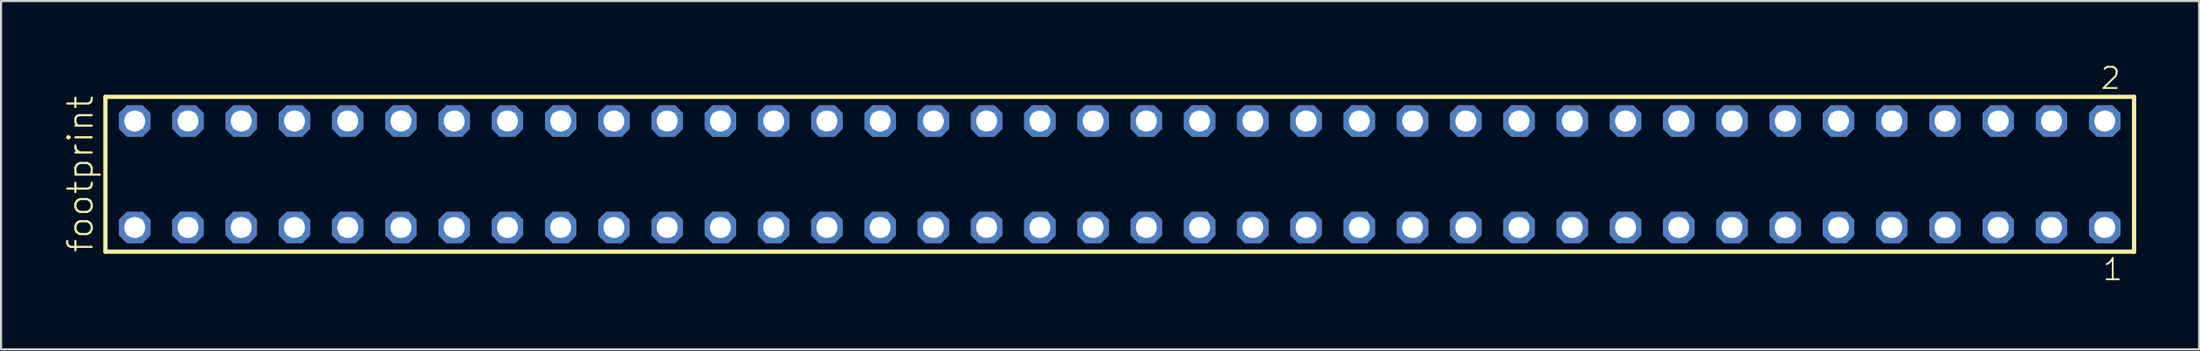
<source format=kicad_pcb>
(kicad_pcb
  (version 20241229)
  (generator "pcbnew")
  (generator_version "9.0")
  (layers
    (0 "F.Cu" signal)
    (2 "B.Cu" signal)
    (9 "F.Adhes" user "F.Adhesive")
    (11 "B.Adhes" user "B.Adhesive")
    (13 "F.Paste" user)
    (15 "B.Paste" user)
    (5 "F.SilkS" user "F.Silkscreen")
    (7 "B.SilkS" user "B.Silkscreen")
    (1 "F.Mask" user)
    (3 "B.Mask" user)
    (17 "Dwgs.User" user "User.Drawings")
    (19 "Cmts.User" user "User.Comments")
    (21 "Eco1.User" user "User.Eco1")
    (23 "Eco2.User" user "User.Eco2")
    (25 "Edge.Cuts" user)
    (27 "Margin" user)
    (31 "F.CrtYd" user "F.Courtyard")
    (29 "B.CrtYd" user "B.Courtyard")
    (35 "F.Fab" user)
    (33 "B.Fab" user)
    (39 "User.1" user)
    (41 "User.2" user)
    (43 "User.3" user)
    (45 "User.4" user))
  (footprint "footprint"
    (layer "F.Cu")
    (at 50.368 5.265)
    (property "Reference" "footprint" (at -48.895 3.81 90) (layer "F.SilkS") (effects (font (size 1.168 1.168) (thickness 0.102)) (justify left bottom)))
    (fp_line (start -48.389 -3.695) (end 48.389 -3.695) (stroke (width 0.203) (type solid)) (layer "F.SilkS"))
    (fp_line (start -48.389 3.695) (end -48.389 -3.695) (stroke (width 0.203) (type solid)) (layer "F.SilkS"))
    (fp_line (start 48.389 -3.695) (end 48.389 3.695) (stroke (width 0.203) (type solid)) (layer "F.SilkS"))
    (fp_line (start 48.389 3.695) (end -48.389 3.695) (stroke (width 0.203) (type solid)) (layer "F.SilkS"))
    (fp_poly (pts (xy -47.34 -2.19) (xy -46.64 -2.19) (xy -46.64 -2.89) (xy -47.34 -2.89)) (stroke (width 0.1) (type solid)) (fill no) (layer "F.Fab"))
    (fp_poly (pts (xy -47.34 2.89) (xy -46.64 2.89) (xy -46.64 2.19) (xy -47.34 2.19)) (stroke (width 0.1) (type solid)) (fill no) (layer "F.Fab"))
    (fp_poly (pts (xy -44.8 -2.19) (xy -44.1 -2.19) (xy -44.1 -2.89) (xy -44.8 -2.89)) (stroke (width 0.1) (type solid)) (fill no) (layer "F.Fab"))
    (fp_poly (pts (xy -44.8 2.89) (xy -44.1 2.89) (xy -44.1 2.19) (xy -44.8 2.19)) (stroke (width 0.1) (type solid)) (fill no) (layer "F.Fab"))
    (fp_poly (pts (xy -42.26 -2.19) (xy -41.56 -2.19) (xy -41.56 -2.89) (xy -42.26 -2.89)) (stroke (width 0.1) (type solid)) (fill no) (layer "F.Fab"))
    (fp_poly (pts (xy -42.26 2.89) (xy -41.56 2.89) (xy -41.56 2.19) (xy -42.26 2.19)) (stroke (width 0.1) (type solid)) (fill no) (layer "F.Fab"))
    (fp_poly (pts (xy -39.72 -2.19) (xy -39.02 -2.19) (xy -39.02 -2.89) (xy -39.72 -2.89)) (stroke (width 0.1) (type solid)) (fill no) (layer "F.Fab"))
    (fp_poly (pts (xy -39.72 2.89) (xy -39.02 2.89) (xy -39.02 2.19) (xy -39.72 2.19)) (stroke (width 0.1) (type solid)) (fill no) (layer "F.Fab"))
    (fp_poly (pts (xy -37.18 -2.19) (xy -36.48 -2.19) (xy -36.48 -2.89) (xy -37.18 -2.89)) (stroke (width 0.1) (type solid)) (fill no) (layer "F.Fab"))
    (fp_poly (pts (xy -37.18 2.89) (xy -36.48 2.89) (xy -36.48 2.19) (xy -37.18 2.19)) (stroke (width 0.1) (type solid)) (fill no) (layer "F.Fab"))
    (fp_poly (pts (xy -34.64 -2.19) (xy -33.94 -2.19) (xy -33.94 -2.89) (xy -34.64 -2.89)) (stroke (width 0.1) (type solid)) (fill no) (layer "F.Fab"))
    (fp_poly (pts (xy -34.64 2.89) (xy -33.94 2.89) (xy -33.94 2.19) (xy -34.64 2.19)) (stroke (width 0.1) (type solid)) (fill no) (layer "F.Fab"))
    (fp_poly (pts (xy -32.1 -2.19) (xy -31.4 -2.19) (xy -31.4 -2.89) (xy -32.1 -2.89)) (stroke (width 0.1) (type solid)) (fill no) (layer "F.Fab"))
    (fp_poly (pts (xy -32.1 2.89) (xy -31.4 2.89) (xy -31.4 2.19) (xy -32.1 2.19)) (stroke (width 0.1) (type solid)) (fill no) (layer "F.Fab"))
    (fp_poly (pts (xy -29.56 -2.19) (xy -28.86 -2.19) (xy -28.86 -2.89) (xy -29.56 -2.89)) (stroke (width 0.1) (type solid)) (fill no) (layer "F.Fab"))
    (fp_poly (pts (xy -29.56 2.89) (xy -28.86 2.89) (xy -28.86 2.19) (xy -29.56 2.19)) (stroke (width 0.1) (type solid)) (fill no) (layer "F.Fab"))
    (fp_poly (pts (xy -27.02 -2.19) (xy -26.32 -2.19) (xy -26.32 -2.89) (xy -27.02 -2.89)) (stroke (width 0.1) (type solid)) (fill no) (layer "F.Fab"))
    (fp_poly (pts (xy -27.02 2.89) (xy -26.32 2.89) (xy -26.32 2.19) (xy -27.02 2.19)) (stroke (width 0.1) (type solid)) (fill no) (layer "F.Fab"))
    (fp_poly (pts (xy -24.48 -2.19) (xy -23.78 -2.19) (xy -23.78 -2.89) (xy -24.48 -2.89)) (stroke (width 0.1) (type solid)) (fill no) (layer "F.Fab"))
    (fp_poly (pts (xy -24.48 2.89) (xy -23.78 2.89) (xy -23.78 2.19) (xy -24.48 2.19)) (stroke (width 0.1) (type solid)) (fill no) (layer "F.Fab"))
    (fp_poly (pts (xy -21.94 -2.19) (xy -21.24 -2.19) (xy -21.24 -2.89) (xy -21.94 -2.89)) (stroke (width 0.1) (type solid)) (fill no) (layer "F.Fab"))
    (fp_poly (pts (xy -21.94 2.89) (xy -21.24 2.89) (xy -21.24 2.19) (xy -21.94 2.19)) (stroke (width 0.1) (type solid)) (fill no) (layer "F.Fab"))
    (fp_poly (pts (xy -19.4 -2.19) (xy -18.7 -2.19) (xy -18.7 -2.89) (xy -19.4 -2.89)) (stroke (width 0.1) (type solid)) (fill no) (layer "F.Fab"))
    (fp_poly (pts (xy -19.4 2.89) (xy -18.7 2.89) (xy -18.7 2.19) (xy -19.4 2.19)) (stroke (width 0.1) (type solid)) (fill no) (layer "F.Fab"))
    (fp_poly (pts (xy -16.86 -2.19) (xy -16.16 -2.19) (xy -16.16 -2.89) (xy -16.86 -2.89)) (stroke (width 0.1) (type solid)) (fill no) (layer "F.Fab"))
    (fp_poly (pts (xy -16.86 2.89) (xy -16.16 2.89) (xy -16.16 2.19) (xy -16.86 2.19)) (stroke (width 0.1) (type solid)) (fill no) (layer "F.Fab"))
    (fp_poly (pts (xy -14.32 -2.19) (xy -13.62 -2.19) (xy -13.62 -2.89) (xy -14.32 -2.89)) (stroke (width 0.1) (type solid)) (fill no) (layer "F.Fab"))
    (fp_poly (pts (xy -14.32 2.89) (xy -13.62 2.89) (xy -13.62 2.19) (xy -14.32 2.19)) (stroke (width 0.1) (type solid)) (fill no) (layer "F.Fab"))
    (fp_poly (pts (xy -11.78 -2.19) (xy -11.08 -2.19) (xy -11.08 -2.89) (xy -11.78 -2.89)) (stroke (width 0.1) (type solid)) (fill no) (layer "F.Fab"))
    (fp_poly (pts (xy -11.78 2.89) (xy -11.08 2.89) (xy -11.08 2.19) (xy -11.78 2.19)) (stroke (width 0.1) (type solid)) (fill no) (layer "F.Fab"))
    (fp_poly (pts (xy -9.24 -2.19) (xy -8.54 -2.19) (xy -8.54 -2.89) (xy -9.24 -2.89)) (stroke (width 0.1) (type solid)) (fill no) (layer "F.Fab"))
    (fp_poly (pts (xy -9.24 2.89) (xy -8.54 2.89) (xy -8.54 2.19) (xy -9.24 2.19)) (stroke (width 0.1) (type solid)) (fill no) (layer "F.Fab"))
    (fp_poly (pts (xy -6.7 -2.19) (xy -6 -2.19) (xy -6 -2.89) (xy -6.7 -2.89)) (stroke (width 0.1) (type solid)) (fill no) (layer "F.Fab"))
    (fp_poly (pts (xy -6.7 2.89) (xy -6 2.89) (xy -6 2.19) (xy -6.7 2.19)) (stroke (width 0.1) (type solid)) (fill no) (layer "F.Fab"))
    (fp_poly (pts (xy -4.16 -2.19) (xy -3.46 -2.19) (xy -3.46 -2.89) (xy -4.16 -2.89)) (stroke (width 0.1) (type solid)) (fill no) (layer "F.Fab"))
    (fp_poly (pts (xy -4.16 2.89) (xy -3.46 2.89) (xy -3.46 2.19) (xy -4.16 2.19)) (stroke (width 0.1) (type solid)) (fill no) (layer "F.Fab"))
    (fp_poly (pts (xy -1.62 -2.19) (xy -0.92 -2.19) (xy -0.92 -2.89) (xy -1.62 -2.89)) (stroke (width 0.1) (type solid)) (fill no) (layer "F.Fab"))
    (fp_poly (pts (xy -1.62 2.89) (xy -0.92 2.89) (xy -0.92 2.19) (xy -1.62 2.19)) (stroke (width 0.1) (type solid)) (fill no) (layer "F.Fab"))
    (fp_poly (pts (xy 0.92 -2.19) (xy 1.62 -2.19) (xy 1.62 -2.89) (xy 0.92 -2.89)) (stroke (width 0.1) (type solid)) (fill no) (layer "F.Fab"))
    (fp_poly (pts (xy 0.92 2.89) (xy 1.62 2.89) (xy 1.62 2.19) (xy 0.92 2.19)) (stroke (width 0.1) (type solid)) (fill no) (layer "F.Fab"))
    (fp_poly (pts (xy 3.46 -2.19) (xy 4.16 -2.19) (xy 4.16 -2.89) (xy 3.46 -2.89)) (stroke (width 0.1) (type solid)) (fill no) (layer "F.Fab"))
    (fp_poly (pts (xy 3.46 2.89) (xy 4.16 2.89) (xy 4.16 2.19) (xy 3.46 2.19)) (stroke (width 0.1) (type solid)) (fill no) (layer "F.Fab"))
    (fp_poly (pts (xy 6 -2.19) (xy 6.7 -2.19) (xy 6.7 -2.89) (xy 6 -2.89)) (stroke (width 0.1) (type solid)) (fill no) (layer "F.Fab"))
    (fp_poly (pts (xy 6 2.89) (xy 6.7 2.89) (xy 6.7 2.19) (xy 6 2.19)) (stroke (width 0.1) (type solid)) (fill no) (layer "F.Fab"))
    (fp_poly (pts (xy 8.54 -2.19) (xy 9.24 -2.19) (xy 9.24 -2.89) (xy 8.54 -2.89)) (stroke (width 0.1) (type solid)) (fill no) (layer "F.Fab"))
    (fp_poly (pts (xy 8.54 2.89) (xy 9.24 2.89) (xy 9.24 2.19) (xy 8.54 2.19)) (stroke (width 0.1) (type solid)) (fill no) (layer "F.Fab"))
    (fp_poly (pts (xy 11.08 -2.19) (xy 11.78 -2.19) (xy 11.78 -2.89) (xy 11.08 -2.89)) (stroke (width 0.1) (type solid)) (fill no) (layer "F.Fab"))
    (fp_poly (pts (xy 11.08 2.89) (xy 11.78 2.89) (xy 11.78 2.19) (xy 11.08 2.19)) (stroke (width 0.1) (type solid)) (fill no) (layer "F.Fab"))
    (fp_poly (pts (xy 13.62 -2.19) (xy 14.32 -2.19) (xy 14.32 -2.89) (xy 13.62 -2.89)) (stroke (width 0.1) (type solid)) (fill no) (layer "F.Fab"))
    (fp_poly (pts (xy 13.62 2.89) (xy 14.32 2.89) (xy 14.32 2.19) (xy 13.62 2.19)) (stroke (width 0.1) (type solid)) (fill no) (layer "F.Fab"))
    (fp_poly (pts (xy 16.16 -2.19) (xy 16.86 -2.19) (xy 16.86 -2.89) (xy 16.16 -2.89)) (stroke (width 0.1) (type solid)) (fill no) (layer "F.Fab"))
    (fp_poly (pts (xy 16.16 2.89) (xy 16.86 2.89) (xy 16.86 2.19) (xy 16.16 2.19)) (stroke (width 0.1) (type solid)) (fill no) (layer "F.Fab"))
    (fp_poly (pts (xy 18.7 -2.19) (xy 19.4 -2.19) (xy 19.4 -2.89) (xy 18.7 -2.89)) (stroke (width 0.1) (type solid)) (fill no) (layer "F.Fab"))
    (fp_poly (pts (xy 18.7 2.89) (xy 19.4 2.89) (xy 19.4 2.19) (xy 18.7 2.19)) (stroke (width 0.1) (type solid)) (fill no) (layer "F.Fab"))
    (fp_poly (pts (xy 21.24 -2.19) (xy 21.94 -2.19) (xy 21.94 -2.89) (xy 21.24 -2.89)) (stroke (width 0.1) (type solid)) (fill no) (layer "F.Fab"))
    (fp_poly (pts (xy 21.24 2.89) (xy 21.94 2.89) (xy 21.94 2.19) (xy 21.24 2.19)) (stroke (width 0.1) (type solid)) (fill no) (layer "F.Fab"))
    (fp_poly (pts (xy 23.78 -2.19) (xy 24.48 -2.19) (xy 24.48 -2.89) (xy 23.78 -2.89)) (stroke (width 0.1) (type solid)) (fill no) (layer "F.Fab"))
    (fp_poly (pts (xy 23.78 2.89) (xy 24.48 2.89) (xy 24.48 2.19) (xy 23.78 2.19)) (stroke (width 0.1) (type solid)) (fill no) (layer "F.Fab"))
    (fp_poly (pts (xy 26.32 -2.19) (xy 27.02 -2.19) (xy 27.02 -2.89) (xy 26.32 -2.89)) (stroke (width 0.1) (type solid)) (fill no) (layer "F.Fab"))
    (fp_poly (pts (xy 26.32 2.89) (xy 27.02 2.89) (xy 27.02 2.19) (xy 26.32 2.19)) (stroke (width 0.1) (type solid)) (fill no) (layer "F.Fab"))
    (fp_poly (pts (xy 28.86 -2.19) (xy 29.56 -2.19) (xy 29.56 -2.89) (xy 28.86 -2.89)) (stroke (width 0.1) (type solid)) (fill no) (layer "F.Fab"))
    (fp_poly (pts (xy 28.86 2.89) (xy 29.56 2.89) (xy 29.56 2.19) (xy 28.86 2.19)) (stroke (width 0.1) (type solid)) (fill no) (layer "F.Fab"))
    (fp_poly (pts (xy 31.4 -2.19) (xy 32.1 -2.19) (xy 32.1 -2.89) (xy 31.4 -2.89)) (stroke (width 0.1) (type solid)) (fill no) (layer "F.Fab"))
    (fp_poly (pts (xy 31.4 2.89) (xy 32.1 2.89) (xy 32.1 2.19) (xy 31.4 2.19)) (stroke (width 0.1) (type solid)) (fill no) (layer "F.Fab"))
    (fp_poly (pts (xy 33.94 -2.19) (xy 34.64 -2.19) (xy 34.64 -2.89) (xy 33.94 -2.89)) (stroke (width 0.1) (type solid)) (fill no) (layer "F.Fab"))
    (fp_poly (pts (xy 33.94 2.89) (xy 34.64 2.89) (xy 34.64 2.19) (xy 33.94 2.19)) (stroke (width 0.1) (type solid)) (fill no) (layer "F.Fab"))
    (fp_poly (pts (xy 36.48 -2.19) (xy 37.18 -2.19) (xy 37.18 -2.89) (xy 36.48 -2.89)) (stroke (width 0.1) (type solid)) (fill no) (layer "F.Fab"))
    (fp_poly (pts (xy 36.48 2.89) (xy 37.18 2.89) (xy 37.18 2.19) (xy 36.48 2.19)) (stroke (width 0.1) (type solid)) (fill no) (layer "F.Fab"))
    (fp_poly (pts (xy 39.02 -2.19) (xy 39.72 -2.19) (xy 39.72 -2.89) (xy 39.02 -2.89)) (stroke (width 0.1) (type solid)) (fill no) (layer "F.Fab"))
    (fp_poly (pts (xy 39.02 2.89) (xy 39.72 2.89) (xy 39.72 2.19) (xy 39.02 2.19)) (stroke (width 0.1) (type solid)) (fill no) (layer "F.Fab"))
    (fp_poly (pts (xy 41.56 -2.19) (xy 42.26 -2.19) (xy 42.26 -2.89) (xy 41.56 -2.89)) (stroke (width 0.1) (type solid)) (fill no) (layer "F.Fab"))
    (fp_poly (pts (xy 41.56 2.89) (xy 42.26 2.89) (xy 42.26 2.19) (xy 41.56 2.19)) (stroke (width 0.1) (type solid)) (fill no) (layer "F.Fab"))
    (fp_poly (pts (xy 44.1 -2.19) (xy 44.8 -2.19) (xy 44.8 -2.89) (xy 44.1 -2.89)) (stroke (width 0.1) (type solid)) (fill no) (layer "F.Fab"))
    (fp_poly (pts (xy 44.1 2.89) (xy 44.8 2.89) (xy 44.8 2.19) (xy 44.1 2.19)) (stroke (width 0.1) (type solid)) (fill no) (layer "F.Fab"))
    (fp_poly (pts (xy 46.64 -2.19) (xy 47.34 -2.19) (xy 47.34 -2.89) (xy 46.64 -2.89)) (stroke (width 0.1) (type solid)) (fill no) (layer "F.Fab"))
    (fp_poly (pts (xy 46.64 2.89) (xy 47.34 2.89) (xy 47.34 2.19) (xy 46.64 2.19)) (stroke (width 0.1) (type solid)) (fill no) (layer "F.Fab"))
    (fp_text user "2" (at 46.732 -3.989 0) (layer "F.SilkS") (effects (font (size 1.012 1.012) (thickness 0.088)) (justify left bottom)))
    (fp_text user "1" (at 46.832 5.138 0) (layer "F.SilkS") (effects (font (size 1.012 1.012) (thickness 0.088)) (justify left bottom)))
    (pad "1" thru_hole roundrect (at 46.99 2.54 180) (size 1.5 1.5) (drill 1) (layers "*.Cu" "*.Mask") (roundrect_rratio 0.25) (chamfer_ratio 0.25) (chamfer top_left top_right bottom_left bottom_right))
    (pad "2" thru_hole roundrect (at 46.99 -2.54 180) (size 1.5 1.5) (drill 1) (layers "*.Cu" "*.Mask") (roundrect_rratio 0.25) (chamfer_ratio 0.25) (chamfer top_left top_right bottom_left bottom_right))
    (pad "3" thru_hole roundrect (at 44.45 2.54 180) (size 1.5 1.5) (drill 1) (layers "*.Cu" "*.Mask") (roundrect_rratio 0.25) (chamfer_ratio 0.25) (chamfer top_left top_right bottom_left bottom_right))
    (pad "4" thru_hole roundrect (at 44.45 -2.54 180) (size 1.5 1.5) (drill 1) (layers "*.Cu" "*.Mask") (roundrect_rratio 0.25) (chamfer_ratio 0.25) (chamfer top_left top_right bottom_left bottom_right))
    (pad "5" thru_hole roundrect (at 41.91 2.54 180) (size 1.5 1.5) (drill 1) (layers "*.Cu" "*.Mask") (roundrect_rratio 0.25) (chamfer_ratio 0.25) (chamfer top_left top_right bottom_left bottom_right))
    (pad "6" thru_hole roundrect (at 41.91 -2.54 180) (size 1.5 1.5) (drill 1) (layers "*.Cu" "*.Mask") (roundrect_rratio 0.25) (chamfer_ratio 0.25) (chamfer top_left top_right bottom_left bottom_right))
    (pad "7" thru_hole roundrect (at 39.37 2.54 180) (size 1.5 1.5) (drill 1) (layers "*.Cu" "*.Mask") (roundrect_rratio 0.25) (chamfer_ratio 0.25) (chamfer top_left top_right bottom_left bottom_right))
    (pad "8" thru_hole roundrect (at 39.37 -2.54 180) (size 1.5 1.5) (drill 1) (layers "*.Cu" "*.Mask") (roundrect_rratio 0.25) (chamfer_ratio 0.25) (chamfer top_left top_right bottom_left bottom_right))
    (pad "9" thru_hole roundrect (at 36.83 2.54 180) (size 1.5 1.5) (drill 1) (layers "*.Cu" "*.Mask") (roundrect_rratio 0.25) (chamfer_ratio 0.25) (chamfer top_left top_right bottom_left bottom_right))
    (pad "10" thru_hole roundrect (at 36.83 -2.54 180) (size 1.5 1.5) (drill 1) (layers "*.Cu" "*.Mask") (roundrect_rratio 0.25) (chamfer_ratio 0.25) (chamfer top_left top_right bottom_left bottom_right))
    (pad "11" thru_hole roundrect (at 34.29 2.54 180) (size 1.5 1.5) (drill 1) (layers "*.Cu" "*.Mask") (roundrect_rratio 0.25) (chamfer_ratio 0.25) (chamfer top_left top_right bottom_left bottom_right))
    (pad "12" thru_hole roundrect (at 34.29 -2.54 180) (size 1.5 1.5) (drill 1) (layers "*.Cu" "*.Mask") (roundrect_rratio 0.25) (chamfer_ratio 0.25) (chamfer top_left top_right bottom_left bottom_right))
    (pad "13" thru_hole roundrect (at 31.75 2.54 180) (size 1.5 1.5) (drill 1) (layers "*.Cu" "*.Mask") (roundrect_rratio 0.25) (chamfer_ratio 0.25) (chamfer top_left top_right bottom_left bottom_right))
    (pad "14" thru_hole roundrect (at 31.75 -2.54 180) (size 1.5 1.5) (drill 1) (layers "*.Cu" "*.Mask") (roundrect_rratio 0.25) (chamfer_ratio 0.25) (chamfer top_left top_right bottom_left bottom_right))
    (pad "15" thru_hole roundrect (at 29.21 2.54 180) (size 1.5 1.5) (drill 1) (layers "*.Cu" "*.Mask") (roundrect_rratio 0.25) (chamfer_ratio 0.25) (chamfer top_left top_right bottom_left bottom_right))
    (pad "16" thru_hole roundrect (at 29.21 -2.54 180) (size 1.5 1.5) (drill 1) (layers "*.Cu" "*.Mask") (roundrect_rratio 0.25) (chamfer_ratio 0.25) (chamfer top_left top_right bottom_left bottom_right))
    (pad "17" thru_hole roundrect (at 26.67 2.54 180) (size 1.5 1.5) (drill 1) (layers "*.Cu" "*.Mask") (roundrect_rratio 0.25) (chamfer_ratio 0.25) (chamfer top_left top_right bottom_left bottom_right))
    (pad "18" thru_hole roundrect (at 26.67 -2.54 180) (size 1.5 1.5) (drill 1) (layers "*.Cu" "*.Mask") (roundrect_rratio 0.25) (chamfer_ratio 0.25) (chamfer top_left top_right bottom_left bottom_right))
    (pad "19" thru_hole roundrect (at 24.13 2.54 180) (size 1.5 1.5) (drill 1) (layers "*.Cu" "*.Mask") (roundrect_rratio 0.25) (chamfer_ratio 0.25) (chamfer top_left top_right bottom_left bottom_right))
    (pad "20" thru_hole roundrect (at 24.13 -2.54 180) (size 1.5 1.5) (drill 1) (layers "*.Cu" "*.Mask") (roundrect_rratio 0.25) (chamfer_ratio 0.25) (chamfer top_left top_right bottom_left bottom_right))
    (pad "21" thru_hole roundrect (at 21.59 2.54 180) (size 1.5 1.5) (drill 1) (layers "*.Cu" "*.Mask") (roundrect_rratio 0.25) (chamfer_ratio 0.25) (chamfer top_left top_right bottom_left bottom_right))
    (pad "22" thru_hole roundrect (at 21.59 -2.54 180) (size 1.5 1.5) (drill 1) (layers "*.Cu" "*.Mask") (roundrect_rratio 0.25) (chamfer_ratio 0.25) (chamfer top_left top_right bottom_left bottom_right))
    (pad "23" thru_hole roundrect (at 19.05 2.54 180) (size 1.5 1.5) (drill 1) (layers "*.Cu" "*.Mask") (roundrect_rratio 0.25) (chamfer_ratio 0.25) (chamfer top_left top_right bottom_left bottom_right))
    (pad "24" thru_hole roundrect (at 19.05 -2.54 180) (size 1.5 1.5) (drill 1) (layers "*.Cu" "*.Mask") (roundrect_rratio 0.25) (chamfer_ratio 0.25) (chamfer top_left top_right bottom_left bottom_right))
    (pad "25" thru_hole roundrect (at 16.51 2.54 180) (size 1.5 1.5) (drill 1) (layers "*.Cu" "*.Mask") (roundrect_rratio 0.25) (chamfer_ratio 0.25) (chamfer top_left top_right bottom_left bottom_right))
    (pad "26" thru_hole roundrect (at 16.51 -2.54 180) (size 1.5 1.5) (drill 1) (layers "*.Cu" "*.Mask") (roundrect_rratio 0.25) (chamfer_ratio 0.25) (chamfer top_left top_right bottom_left bottom_right))
    (pad "27" thru_hole roundrect (at 13.97 2.54 180) (size 1.5 1.5) (drill 1) (layers "*.Cu" "*.Mask") (roundrect_rratio 0.25) (chamfer_ratio 0.25) (chamfer top_left top_right bottom_left bottom_right))
    (pad "28" thru_hole roundrect (at 13.97 -2.54 180) (size 1.5 1.5) (drill 1) (layers "*.Cu" "*.Mask") (roundrect_rratio 0.25) (chamfer_ratio 0.25) (chamfer top_left top_right bottom_left bottom_right))
    (pad "29" thru_hole roundrect (at 11.43 2.54 180) (size 1.5 1.5) (drill 1) (layers "*.Cu" "*.Mask") (roundrect_rratio 0.25) (chamfer_ratio 0.25) (chamfer top_left top_right bottom_left bottom_right))
    (pad "30" thru_hole roundrect (at 11.43 -2.54 180) (size 1.5 1.5) (drill 1) (layers "*.Cu" "*.Mask") (roundrect_rratio 0.25) (chamfer_ratio 0.25) (chamfer top_left top_right bottom_left bottom_right))
    (pad "31" thru_hole roundrect (at 8.89 2.54 180) (size 1.5 1.5) (drill 1) (layers "*.Cu" "*.Mask") (roundrect_rratio 0.25) (chamfer_ratio 0.25) (chamfer top_left top_right bottom_left bottom_right))
    (pad "32" thru_hole roundrect (at 8.89 -2.54 180) (size 1.5 1.5) (drill 1) (layers "*.Cu" "*.Mask") (roundrect_rratio 0.25) (chamfer_ratio 0.25) (chamfer top_left top_right bottom_left bottom_right))
    (pad "33" thru_hole roundrect (at 6.35 2.54 180) (size 1.5 1.5) (drill 1) (layers "*.Cu" "*.Mask") (roundrect_rratio 0.25) (chamfer_ratio 0.25) (chamfer top_left top_right bottom_left bottom_right))
    (pad "34" thru_hole roundrect (at 6.35 -2.54 180) (size 1.5 1.5) (drill 1) (layers "*.Cu" "*.Mask") (roundrect_rratio 0.25) (chamfer_ratio 0.25) (chamfer top_left top_right bottom_left bottom_right))
    (pad "35" thru_hole roundrect (at 3.81 2.54 180) (size 1.5 1.5) (drill 1) (layers "*.Cu" "*.Mask") (roundrect_rratio 0.25) (chamfer_ratio 0.25) (chamfer top_left top_right bottom_left bottom_right))
    (pad "36" thru_hole roundrect (at 3.81 -2.54 180) (size 1.5 1.5) (drill 1) (layers "*.Cu" "*.Mask") (roundrect_rratio 0.25) (chamfer_ratio 0.25) (chamfer top_left top_right bottom_left bottom_right))
    (pad "37" thru_hole roundrect (at 1.27 2.54 180) (size 1.5 1.5) (drill 1) (layers "*.Cu" "*.Mask") (roundrect_rratio 0.25) (chamfer_ratio 0.25) (chamfer top_left top_right bottom_left bottom_right))
    (pad "38" thru_hole roundrect (at 1.27 -2.54 180) (size 1.5 1.5) (drill 1) (layers "*.Cu" "*.Mask") (roundrect_rratio 0.25) (chamfer_ratio 0.25) (chamfer top_left top_right bottom_left bottom_right))
    (pad "39" thru_hole roundrect (at -1.27 2.54 180) (size 1.5 1.5) (drill 1) (layers "*.Cu" "*.Mask") (roundrect_rratio 0.25) (chamfer_ratio 0.25) (chamfer top_left top_right bottom_left bottom_right))
    (pad "40" thru_hole roundrect (at -1.27 -2.54 180) (size 1.5 1.5) (drill 1) (layers "*.Cu" "*.Mask") (roundrect_rratio 0.25) (chamfer_ratio 0.25) (chamfer top_left top_right bottom_left bottom_right))
    (pad "41" thru_hole roundrect (at -3.81 2.54 180) (size 1.5 1.5) (drill 1) (layers "*.Cu" "*.Mask") (roundrect_rratio 0.25) (chamfer_ratio 0.25) (chamfer top_left top_right bottom_left bottom_right))
    (pad "42" thru_hole roundrect (at -3.81 -2.54 180) (size 1.5 1.5) (drill 1) (layers "*.Cu" "*.Mask") (roundrect_rratio 0.25) (chamfer_ratio 0.25) (chamfer top_left top_right bottom_left bottom_right))
    (pad "43" thru_hole roundrect (at -6.35 2.54 180) (size 1.5 1.5) (drill 1) (layers "*.Cu" "*.Mask") (roundrect_rratio 0.25) (chamfer_ratio 0.25) (chamfer top_left top_right bottom_left bottom_right))
    (pad "44" thru_hole roundrect (at -6.35 -2.54 180) (size 1.5 1.5) (drill 1) (layers "*.Cu" "*.Mask") (roundrect_rratio 0.25) (chamfer_ratio 0.25) (chamfer top_left top_right bottom_left bottom_right))
    (pad "45" thru_hole roundrect (at -8.89 2.54 180) (size 1.5 1.5) (drill 1) (layers "*.Cu" "*.Mask") (roundrect_rratio 0.25) (chamfer_ratio 0.25) (chamfer top_left top_right bottom_left bottom_right))
    (pad "46" thru_hole roundrect (at -8.89 -2.54 180) (size 1.5 1.5) (drill 1) (layers "*.Cu" "*.Mask") (roundrect_rratio 0.25) (chamfer_ratio 0.25) (chamfer top_left top_right bottom_left bottom_right))
    (pad "47" thru_hole roundrect (at -11.43 2.54 180) (size 1.5 1.5) (drill 1) (layers "*.Cu" "*.Mask") (roundrect_rratio 0.25) (chamfer_ratio 0.25) (chamfer top_left top_right bottom_left bottom_right))
    (pad "48" thru_hole roundrect (at -11.43 -2.54 180) (size 1.5 1.5) (drill 1) (layers "*.Cu" "*.Mask") (roundrect_rratio 0.25) (chamfer_ratio 0.25) (chamfer top_left top_right bottom_left bottom_right))
    (pad "49" thru_hole roundrect (at -13.97 2.54 180) (size 1.5 1.5) (drill 1) (layers "*.Cu" "*.Mask") (roundrect_rratio 0.25) (chamfer_ratio 0.25) (chamfer top_left top_right bottom_left bottom_right))
    (pad "50" thru_hole roundrect (at -13.97 -2.54 180) (size 1.5 1.5) (drill 1) (layers "*.Cu" "*.Mask") (roundrect_rratio 0.25) (chamfer_ratio 0.25) (chamfer top_left top_right bottom_left bottom_right))
    (pad "51" thru_hole roundrect (at -16.51 2.54 180) (size 1.5 1.5) (drill 1) (layers "*.Cu" "*.Mask") (roundrect_rratio 0.25) (chamfer_ratio 0.25) (chamfer top_left top_right bottom_left bottom_right))
    (pad "52" thru_hole roundrect (at -16.51 -2.54 180) (size 1.5 1.5) (drill 1) (layers "*.Cu" "*.Mask") (roundrect_rratio 0.25) (chamfer_ratio 0.25) (chamfer top_left top_right bottom_left bottom_right))
    (pad "53" thru_hole roundrect (at -19.05 2.54 180) (size 1.5 1.5) (drill 1) (layers "*.Cu" "*.Mask") (roundrect_rratio 0.25) (chamfer_ratio 0.25) (chamfer top_left top_right bottom_left bottom_right))
    (pad "54" thru_hole roundrect (at -19.05 -2.54 180) (size 1.5 1.5) (drill 1) (layers "*.Cu" "*.Mask") (roundrect_rratio 0.25) (chamfer_ratio 0.25) (chamfer top_left top_right bottom_left bottom_right))
    (pad "55" thru_hole roundrect (at -21.59 2.54 180) (size 1.5 1.5) (drill 1) (layers "*.Cu" "*.Mask") (roundrect_rratio 0.25) (chamfer_ratio 0.25) (chamfer top_left top_right bottom_left bottom_right))
    (pad "56" thru_hole roundrect (at -21.59 -2.54 180) (size 1.5 1.5) (drill 1) (layers "*.Cu" "*.Mask") (roundrect_rratio 0.25) (chamfer_ratio 0.25) (chamfer top_left top_right bottom_left bottom_right))
    (pad "57" thru_hole roundrect (at -24.13 2.54 180) (size 1.5 1.5) (drill 1) (layers "*.Cu" "*.Mask") (roundrect_rratio 0.25) (chamfer_ratio 0.25) (chamfer top_left top_right bottom_left bottom_right))
    (pad "58" thru_hole roundrect (at -24.13 -2.54 180) (size 1.5 1.5) (drill 1) (layers "*.Cu" "*.Mask") (roundrect_rratio 0.25) (chamfer_ratio 0.25) (chamfer top_left top_right bottom_left bottom_right))
    (pad "59" thru_hole roundrect (at -26.67 2.54 180) (size 1.5 1.5) (drill 1) (layers "*.Cu" "*.Mask") (roundrect_rratio 0.25) (chamfer_ratio 0.25) (chamfer top_left top_right bottom_left bottom_right))
    (pad "60" thru_hole roundrect (at -26.67 -2.54 180) (size 1.5 1.5) (drill 1) (layers "*.Cu" "*.Mask") (roundrect_rratio 0.25) (chamfer_ratio 0.25) (chamfer top_left top_right bottom_left bottom_right))
    (pad "61" thru_hole roundrect (at -29.21 2.54 180) (size 1.5 1.5) (drill 1) (layers "*.Cu" "*.Mask") (roundrect_rratio 0.25) (chamfer_ratio 0.25) (chamfer top_left top_right bottom_left bottom_right))
    (pad "62" thru_hole roundrect (at -29.21 -2.54 180) (size 1.5 1.5) (drill 1) (layers "*.Cu" "*.Mask") (roundrect_rratio 0.25) (chamfer_ratio 0.25) (chamfer top_left top_right bottom_left bottom_right))
    (pad "63" thru_hole roundrect (at -31.75 2.54 180) (size 1.5 1.5) (drill 1) (layers "*.Cu" "*.Mask") (roundrect_rratio 0.25) (chamfer_ratio 0.25) (chamfer top_left top_right bottom_left bottom_right))
    (pad "64" thru_hole roundrect (at -31.75 -2.54 180) (size 1.5 1.5) (drill 1) (layers "*.Cu" "*.Mask") (roundrect_rratio 0.25) (chamfer_ratio 0.25) (chamfer top_left top_right bottom_left bottom_right))
    (pad "65" thru_hole roundrect (at -34.29 2.54 180) (size 1.5 1.5) (drill 1) (layers "*.Cu" "*.Mask") (roundrect_rratio 0.25) (chamfer_ratio 0.25) (chamfer top_left top_right bottom_left bottom_right))
    (pad "66" thru_hole roundrect (at -34.29 -2.54 180) (size 1.5 1.5) (drill 1) (layers "*.Cu" "*.Mask") (roundrect_rratio 0.25) (chamfer_ratio 0.25) (chamfer top_left top_right bottom_left bottom_right))
    (pad "67" thru_hole roundrect (at -36.83 2.54 180) (size 1.5 1.5) (drill 1) (layers "*.Cu" "*.Mask") (roundrect_rratio 0.25) (chamfer_ratio 0.25) (chamfer top_left top_right bottom_left bottom_right))
    (pad "68" thru_hole roundrect (at -36.83 -2.54 180) (size 1.5 1.5) (drill 1) (layers "*.Cu" "*.Mask") (roundrect_rratio 0.25) (chamfer_ratio 0.25) (chamfer top_left top_right bottom_left bottom_right))
    (pad "69" thru_hole roundrect (at -39.37 2.54 180) (size 1.5 1.5) (drill 1) (layers "*.Cu" "*.Mask") (roundrect_rratio 0.25) (chamfer_ratio 0.25) (chamfer top_left top_right bottom_left bottom_right))
    (pad "70" thru_hole roundrect (at -39.37 -2.54 180) (size 1.5 1.5) (drill 1) (layers "*.Cu" "*.Mask") (roundrect_rratio 0.25) (chamfer_ratio 0.25) (chamfer top_left top_right bottom_left bottom_right))
    (pad "71" thru_hole roundrect (at -41.91 2.54 180) (size 1.5 1.5) (drill 1) (layers "*.Cu" "*.Mask") (roundrect_rratio 0.25) (chamfer_ratio 0.25) (chamfer top_left top_right bottom_left bottom_right))
    (pad "72" thru_hole roundrect (at -41.91 -2.54 180) (size 1.5 1.5) (drill 1) (layers "*.Cu" "*.Mask") (roundrect_rratio 0.25) (chamfer_ratio 0.25) (chamfer top_left top_right bottom_left bottom_right))
    (pad "73" thru_hole roundrect (at -44.45 2.54 180) (size 1.5 1.5) (drill 1) (layers "*.Cu" "*.Mask") (roundrect_rratio 0.25) (chamfer_ratio 0.25) (chamfer top_left top_right bottom_left bottom_right))
    (pad "74" thru_hole roundrect (at -44.45 -2.54 180) (size 1.5 1.5) (drill 1) (layers "*.Cu" "*.Mask") (roundrect_rratio 0.25) (chamfer_ratio 0.25) (chamfer top_left top_right bottom_left bottom_right))
    (pad "75" thru_hole roundrect (at -46.99 2.54 180) (size 1.5 1.5) (drill 1) (layers "*.Cu" "*.Mask") (roundrect_rratio 0.25) (chamfer_ratio 0.25) (chamfer top_left top_right bottom_left bottom_right))
    (pad "76" thru_hole roundrect (at -46.99 -2.54 180) (size 1.5 1.5) (drill 1) (layers "*.Cu" "*.Mask") (roundrect_rratio 0.25) (chamfer_ratio 0.25) (chamfer top_left top_right bottom_left bottom_right)))
  (gr_rect
    (start -3 -3)
    (end 101.859 13.62)
    (stroke (width 0.1) (type default))
    (fill no)
    (layer "Edge.Cuts")))
</source>
